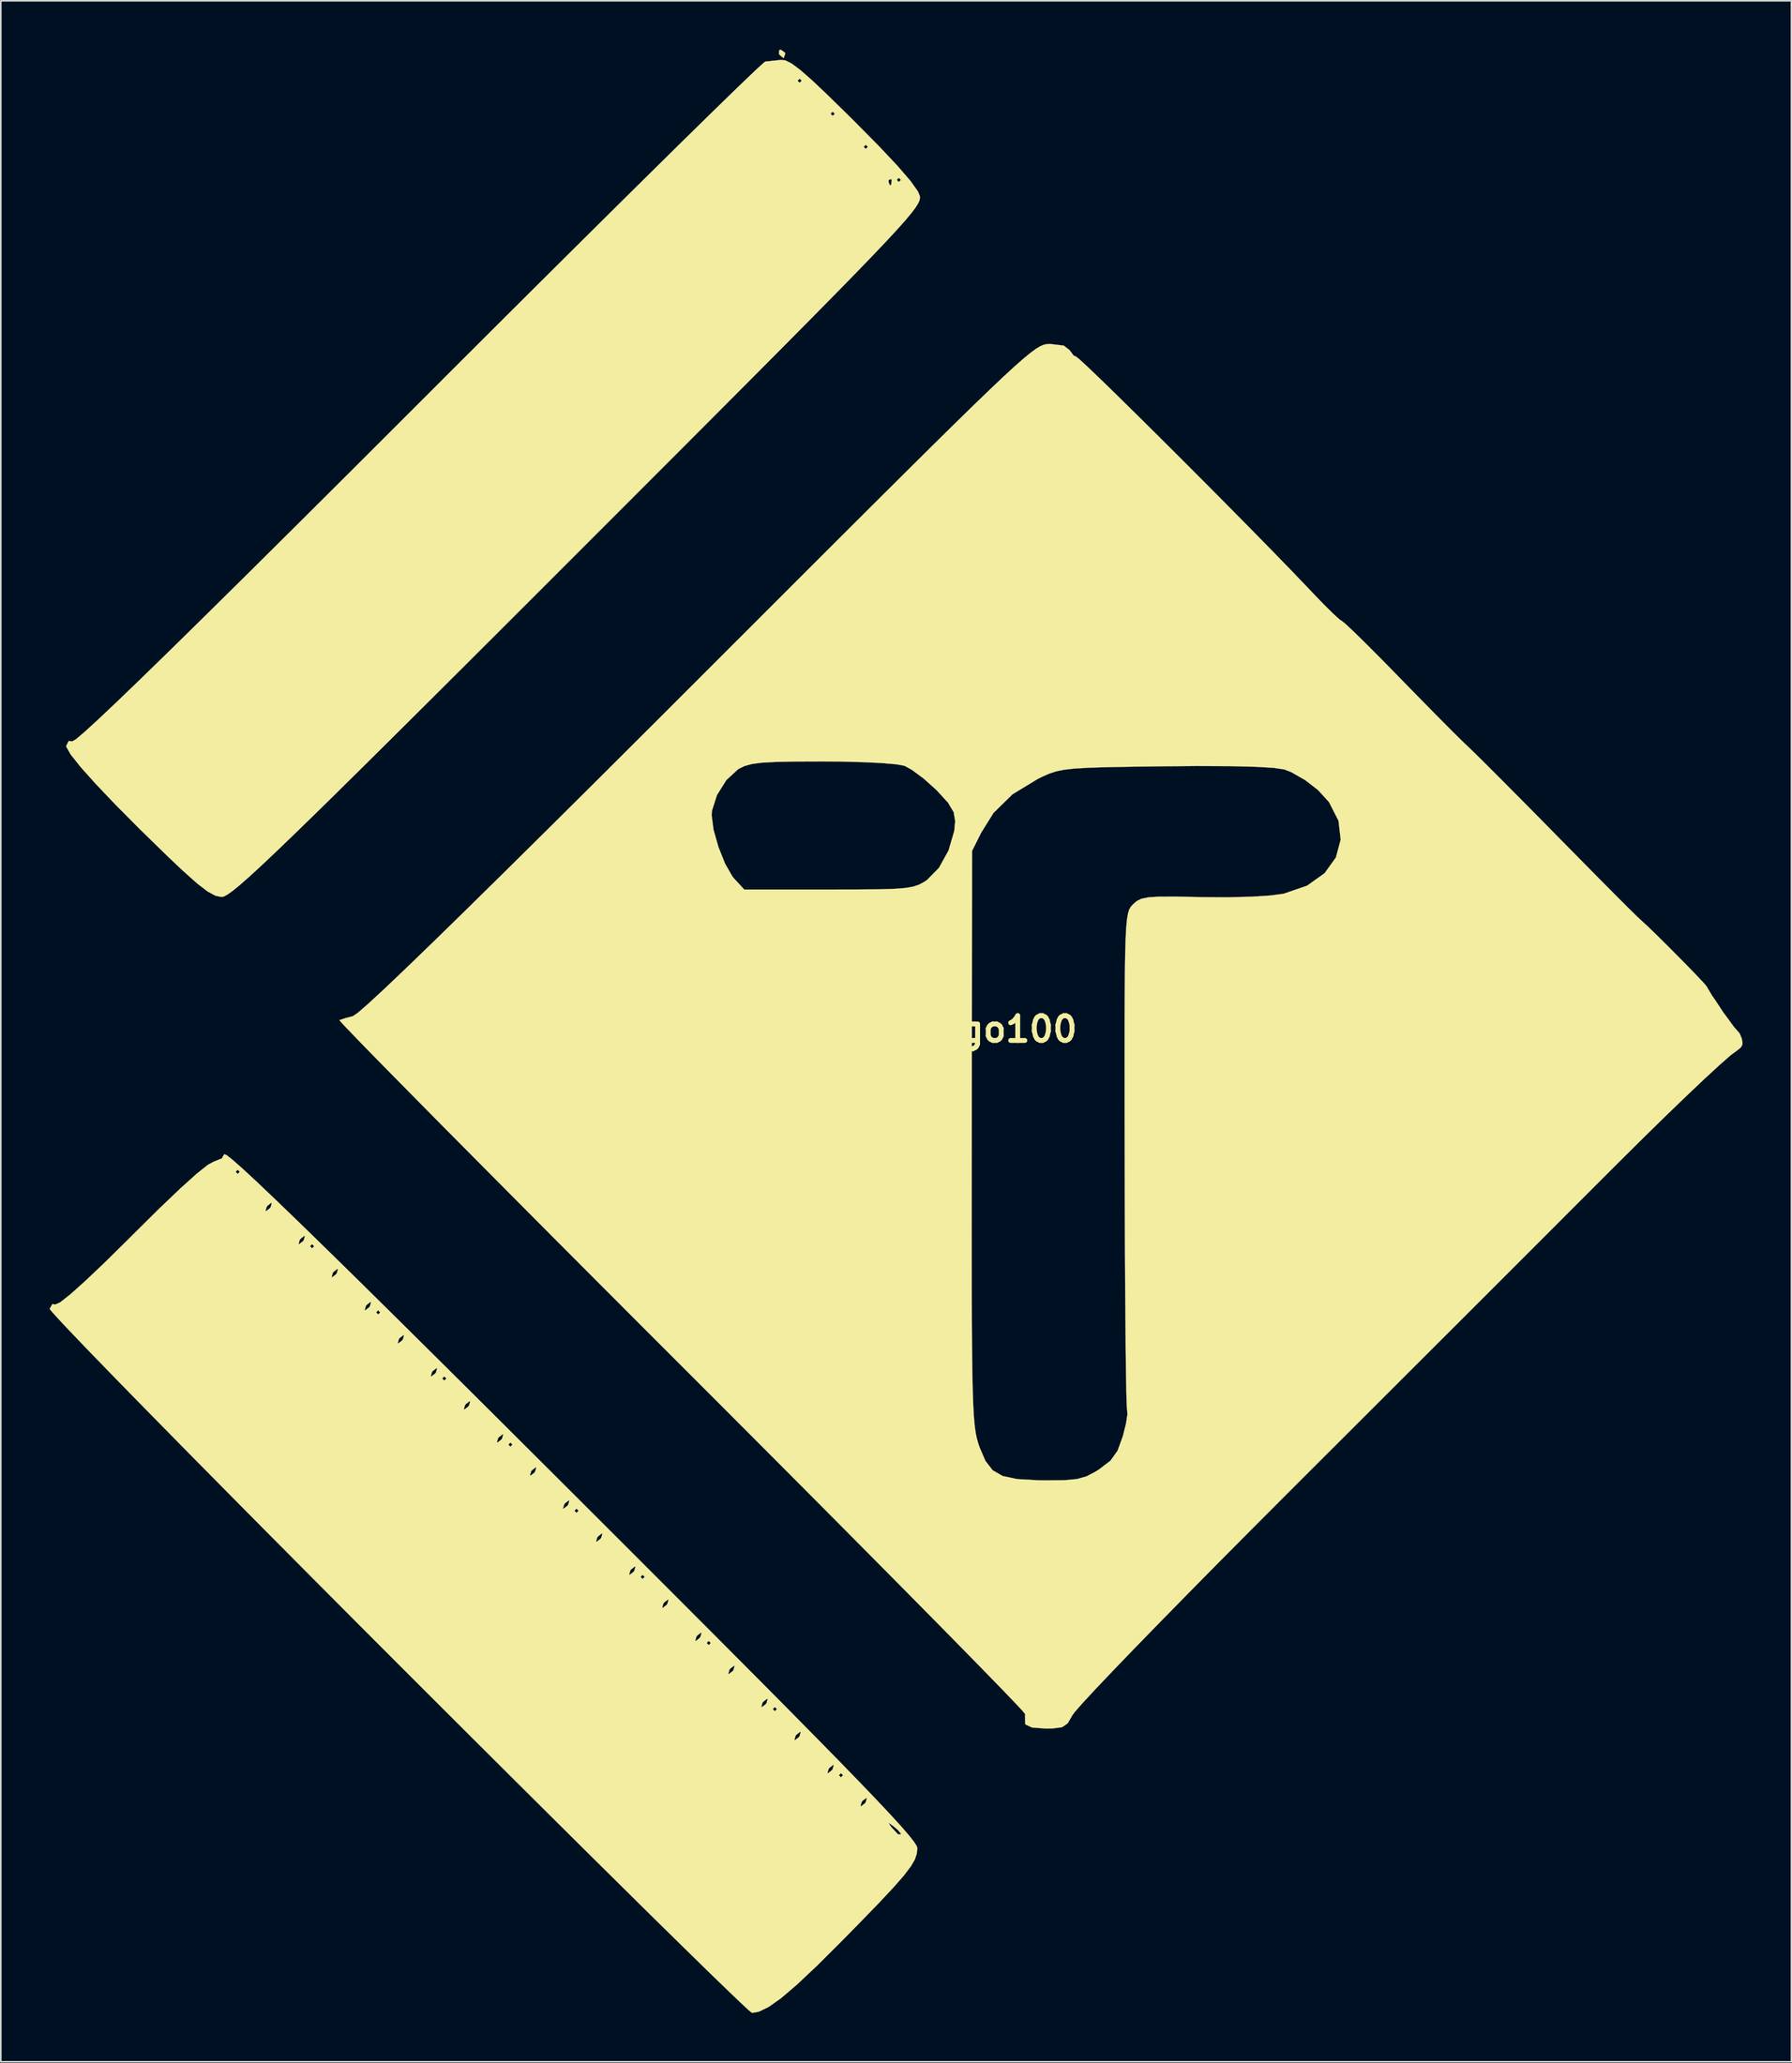
<source format=kicad_pcb>
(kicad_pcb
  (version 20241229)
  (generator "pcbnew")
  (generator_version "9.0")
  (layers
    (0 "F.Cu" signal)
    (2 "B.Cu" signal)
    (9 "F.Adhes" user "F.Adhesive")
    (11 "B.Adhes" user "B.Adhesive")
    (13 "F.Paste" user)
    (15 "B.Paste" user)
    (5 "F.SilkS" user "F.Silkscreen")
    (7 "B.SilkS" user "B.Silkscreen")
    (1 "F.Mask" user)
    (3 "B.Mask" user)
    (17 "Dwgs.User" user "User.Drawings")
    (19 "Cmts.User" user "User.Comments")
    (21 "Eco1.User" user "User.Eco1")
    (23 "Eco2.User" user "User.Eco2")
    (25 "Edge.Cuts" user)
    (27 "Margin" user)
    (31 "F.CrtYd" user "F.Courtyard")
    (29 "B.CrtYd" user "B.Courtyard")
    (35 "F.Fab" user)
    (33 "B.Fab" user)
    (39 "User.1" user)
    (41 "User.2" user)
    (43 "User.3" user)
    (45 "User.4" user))
  (footprint "transtaklogo100"
    (layer "F.Cu")
    (at 53.853 60.203)
    (property "Reference" "transtaklogo100" (at 0 0 0) (layer "F.SilkS") (effects (font (size 1.524 1.524) (thickness 0.3))))
    (attr through_hole)
    (fp_poly (pts (xy -8.646 -60.014) (xy -8.636 -59.944) (xy -8.723 -59.697) (xy -8.748 -59.69) (xy -8.965 -59.868) (xy -9.017 -59.944) (xy -8.997 -60.178) (xy -8.905 -60.198) (xy -8.646 -60.014)) (stroke (width 0.01) (type solid)) (fill yes) (layer "F.SilkS"))
    (fp_poly (pts (xy -8.614 -59.539) (xy -8.244 -59.353) (xy -7.734 -58.975) (xy -7.034 -58.365) (xy -6.096 -57.481) (xy -4.872 -56.284) (xy -4.39 -55.806) (xy -2.869 -54.269) (xy -1.719 -53.047) (xy -0.926 -52.126) (xy -0.476 -51.489) (xy -0.362 -51.221) (xy -0.349 -51.097) (xy -0.375 -50.947) (xy -0.46 -50.754) (xy -0.621 -50.496) (xy -0.878 -50.155) (xy -1.25 -49.71) (xy -1.756 -49.142) (xy -2.414 -48.432) (xy -3.244 -47.558) (xy -4.264 -46.502) (xy -5.493 -45.245) (xy -6.951 -43.765) (xy -8.655 -42.044) (xy -10.626 -40.062) (xy -12.882 -37.798) (xy -15.441 -35.234) (xy -18.324 -32.35) (xy -21.371 -29.302) (xy -24.625 -26.049) (xy -27.539 -23.139) (xy -30.133 -20.553) (xy -32.426 -18.273) (xy -34.436 -16.28) (xy -36.182 -14.556) (xy -37.683 -13.084) (xy -38.959 -11.844) (xy -40.027 -10.819) (xy -40.906 -9.991) (xy -41.616 -9.341) (xy -42.175 -8.851) (xy -42.602 -8.503) (xy -42.916 -8.279) (xy -43.136 -8.16) (xy -43.271 -8.128) (xy -43.655 -8.204) (xy -44.136 -8.463) (xy -44.779 -8.956) (xy -45.65 -9.731) (xy -46.573 -10.604) (xy -48.305 -12.293) (xy -49.796 -13.794) (xy -51.02 -15.08) (xy -51.951 -16.12) (xy -52.56 -16.887) (xy -52.823 -17.352) (xy -52.832 -17.409) (xy -52.682 -17.712) (xy -52.455 -17.69) (xy -52.229 -17.825) (xy -51.688 -18.285) (xy -50.827 -19.073) (xy -49.641 -20.195) (xy -48.129 -21.652) (xy -46.285 -23.449) (xy -44.105 -25.591) (xy -41.587 -28.079) (xy -38.725 -30.919) (xy -35.517 -34.114) (xy -31.959 -37.667) (xy -31.135 -38.49) (xy -28.42 -41.204) (xy -25.801 -43.816) (xy -23.301 -46.304) (xy -20.944 -48.645) (xy -18.752 -50.817) (xy -17.485 -52.07) (xy -2.286 -52.07) (xy -2.193 -51.861) (xy -2.117 -51.901) (xy -2.087 -52.197) (xy -1.778 -52.197) (xy -1.651 -52.07) (xy -1.524 -52.197) (xy -1.651 -52.324) (xy -1.778 -52.197) (xy -2.087 -52.197) (xy -2.086 -52.202) (xy -2.117 -52.239) (xy -2.268 -52.204) (xy -2.286 -52.07) (xy -17.485 -52.07) (xy -16.748 -52.798) (xy -15.296 -54.229) (xy -3.81 -54.229) (xy -3.683 -54.102) (xy -3.556 -54.229) (xy -3.683 -54.356) (xy -3.81 -54.229) (xy -15.296 -54.229) (xy -14.954 -54.566) (xy -13.393 -56.097) (xy -13.225 -56.261) (xy -5.842 -56.261) (xy -5.715 -56.134) (xy -5.588 -56.261) (xy -5.715 -56.388) (xy -5.842 -56.261) (xy -13.225 -56.261) (xy -12.088 -57.37) (xy -11.133 -58.293) (xy -7.874 -58.293) (xy -7.747 -58.166) (xy -7.62 -58.293) (xy -7.747 -58.42) (xy -7.874 -58.293) (xy -11.133 -58.293) (xy -11.061 -58.362) (xy -10.335 -59.052) (xy -9.933 -59.415) (xy -9.859 -59.468) (xy -9.354 -59.522) (xy -8.89 -59.573) (xy -8.614 -59.539)) (stroke (width 0.01) (type solid)) (fill yes) (layer "F.SilkS"))
    (fp_poly (pts (xy 8.49 -42.014) (xy 8.849 -41.732) (xy 9.101 -41.396) (xy 9.227 -41.351) (xy 9.448 -41.177) (xy 9.98 -40.686) (xy 10.777 -39.923) (xy 11.794 -38.932) (xy 12.986 -37.759) (xy 14.308 -36.449) (xy 15.715 -35.047) (xy 17.161 -33.599) (xy 18.601 -32.148) (xy 19.99 -30.741) (xy 21.283 -29.423) (xy 22.435 -28.238) (xy 23.4 -27.231) (xy 23.716 -26.897) (xy 24.455 -26.128) (xy 25.068 -25.522) (xy 25.47 -25.161) (xy 25.577 -25.095) (xy 25.797 -24.921) (xy 26.313 -24.437) (xy 27.066 -23.699) (xy 27.999 -22.764) (xy 29.055 -21.686) (xy 29.136 -21.603) (xy 30.258 -20.453) (xy 31.316 -19.378) (xy 32.236 -18.451) (xy 32.946 -17.746) (xy 33.361 -17.348) (xy 33.763 -16.962) (xy 34.463 -16.27) (xy 35.402 -15.331) (xy 36.524 -14.202) (xy 37.77 -12.942) (xy 38.903 -11.791) (xy 40.177 -10.496) (xy 41.348 -9.311) (xy 42.363 -8.289) (xy 43.172 -7.48) (xy 43.724 -6.936) (xy 43.963 -6.711) (xy 44.341 -6.367) (xy 44.962 -5.766) (xy 45.722 -5.014) (xy 46.513 -4.216) (xy 47.231 -3.48) (xy 47.77 -2.911) (xy 47.993 -2.657) (xy 48.35 -2.055) (xy 48.526 -1.806) (xy 49.047 -1.016) (xy 49.276 -0.711) (xy 49.682 -0.152) (xy 50.038 0.254) (xy 50.165 0.559) (xy 50.216 0.838) (xy 50.19 0.991) (xy 50.089 1.143) (xy 49.836 1.338) (xy 49.487 1.597) (xy 48.827 2.174) (xy 47.899 3.029) (xy 46.749 4.119) (xy 45.42 5.4) (xy 43.959 6.832) (xy 42.408 8.371) (xy 42.279 8.5) (xy 40.978 9.801) (xy 39.867 10.913) (xy 38.912 11.869) (xy 38.079 12.702) (xy 37.335 13.446) (xy 36.646 14.135) (xy 35.98 14.801) (xy 35.303 15.478) (xy 34.581 16.2) (xy 33.781 16.999) (xy 32.869 17.91) (xy 31.812 18.966) (xy 30.577 20.199) (xy 29.13 21.644) (xy 27.438 23.335) (xy 25.467 25.303) (xy 23.184 27.583) (xy 22.138 28.629) (xy 20.019 30.751) (xy 17.999 32.785) (xy 16.109 34.701) (xy 14.379 36.466) (xy 12.837 38.05) (xy 11.515 39.423) (xy 10.441 40.553) (xy 9.647 41.41) (xy 9.163 41.962) (xy 9.022 42.154) (xy 8.734 42.652) (xy 8.388 42.895) (xy 7.801 42.972) (xy 7.385 42.977) (xy 6.536 42.913) (xy 6.141 42.728) (xy 6.117 42.659) (xy 6.108 42.157) (xy 6.114 42.084) (xy 5.942 41.874) (xy 5.431 41.329) (xy 4.605 40.47) (xy 3.486 39.32) (xy 2.096 37.901) (xy 0.457 36.235) (xy -1.409 34.346) (xy -3.48 32.256) (xy -5.733 29.986) (xy -8.147 27.561) (xy -10.699 25.001) (xy -13.366 22.33) (xy -15.023 20.673) (xy -17.747 17.949) (xy -20.366 15.326) (xy -22.625 13.06) (xy 2.83 13.06) (xy 2.832 15.585) (xy 2.839 17.716) (xy 2.85 19.492) (xy 2.867 20.95) (xy 2.891 22.128) (xy 2.923 23.065) (xy 2.964 23.799) (xy 3.015 24.368) (xy 3.076 24.809) (xy 3.15 25.161) (xy 3.236 25.462) (xy 3.319 25.704) (xy 3.678 26.534) (xy 4.118 27.103) (xy 4.736 27.458) (xy 5.63 27.647) (xy 6.899 27.719) (xy 7.429 27.725) (xy 8.542 27.714) (xy 9.308 27.643) (xy 9.888 27.478) (xy 10.445 27.186) (xy 10.666 27.046) (xy 11.363 26.512) (xy 11.797 25.904) (xy 12.123 25.006) (xy 12.124 25.006) (xy 12.319 24.225) (xy 12.405 23.644) (xy 12.387 23.446) (xy 12.363 23.161) (xy 12.34 22.413) (xy 12.318 21.246) (xy 12.298 19.706) (xy 12.28 17.837) (xy 12.264 15.684) (xy 12.251 13.291) (xy 12.241 10.704) (xy 12.235 8.047) (xy 12.23 4.892) (xy 12.228 2.205) (xy 12.229 -0.052) (xy 12.235 -1.919) (xy 12.247 -3.434) (xy 12.266 -4.639) (xy 12.293 -5.57) (xy 12.331 -6.269) (xy 12.379 -6.773) (xy 12.44 -7.123) (xy 12.514 -7.358) (xy 12.603 -7.516) (xy 12.708 -7.638) (xy 12.744 -7.674) (xy 12.984 -7.882) (xy 13.275 -8.024) (xy 13.707 -8.109) (xy 14.367 -8.149) (xy 15.346 -8.15) (xy 16.732 -8.125) (xy 16.937 -8.12) (xy 18.551 -8.108) (xy 20.029 -8.145) (xy 21.243 -8.224) (xy 22.011 -8.329) (xy 23.446 -8.822) (xy 24.523 -9.589) (xy 25.22 -10.557) (xy 25.513 -11.655) (xy 25.378 -12.814) (xy 24.793 -13.961) (xy 24.12 -14.701) (xy 23.322 -15.315) (xy 22.474 -15.8) (xy 22.051 -15.964) (xy 21.406 -16.062) (xy 20.278 -16.13) (xy 18.692 -16.169) (xy 16.672 -16.177) (xy 14.685 -16.161) (xy 12.721 -16.134) (xy 11.194 -16.107) (xy 10.031 -16.072) (xy 9.162 -16.021) (xy 8.515 -15.949) (xy 8.018 -15.848) (xy 7.601 -15.71) (xy 7.19 -15.529) (xy 6.904 -15.39) (xy 5.341 -14.442) (xy 4.176 -13.3) (xy 3.415 -12.084) (xy 2.851 -10.956) (xy 2.834 6.676) (xy 2.831 10.103) (xy 2.83 13.06) (xy -22.625 13.06) (xy -22.859 12.825) (xy -25.204 10.469) (xy -27.379 8.281) (xy -29.361 6.282) (xy -31.129 4.495) (xy -32.66 2.942) (xy -33.934 1.645) (xy -34.927 0.626) (xy -35.617 -0.092) (xy -35.984 -0.487) (xy -36.039 -0.56) (xy -35.704 -0.673) (xy -35.205 -0.805) (xy -34.905 -1.011) (xy -34.264 -1.569) (xy -33.278 -2.479) (xy -31.948 -3.744) (xy -30.271 -5.364) (xy -28.247 -7.341) (xy -25.874 -9.676) (xy -23.151 -12.369) (xy -22.357 -13.158) (xy -13.157 -13.158) (xy -13.041 -12.265) (xy -12.74 -11.202) (xy -12.33 -10.176) (xy -11.882 -9.392) (xy -11.762 -9.246) (xy -11.149 -8.585) (xy -5.968 -8.585) (xy -4.213 -8.588) (xy -2.89 -8.6) (xy -1.922 -8.629) (xy -1.233 -8.683) (xy -0.747 -8.769) (xy -0.388 -8.894) (xy -0.078 -9.065) (xy 0.072 -9.164) (xy 0.815 -9.916) (xy 1.407 -10.985) (xy 1.758 -12.185) (xy 1.815 -12.786) (xy 1.723 -13.339) (xy 1.375 -13.925) (xy 0.694 -14.669) (xy 0.622 -14.74) (xy -0.12 -15.402) (xy -0.836 -15.935) (xy -1.299 -16.191) (xy -1.796 -16.283) (xy -2.705 -16.36) (xy -3.929 -16.418) (xy -5.372 -16.452) (xy -6.379 -16.458) (xy -8.009 -16.452) (xy -9.216 -16.428) (xy -10.082 -16.38) (xy -10.693 -16.299) (xy -11.131 -16.177) (xy -11.482 -16.007) (xy -11.527 -15.98) (xy -12.25 -15.316) (xy -12.83 -14.389) (xy -13.138 -13.424) (xy -13.157 -13.158) (xy -22.357 -13.158) (xy -20.077 -15.423) (xy -16.65 -18.839) (xy -13.946 -21.541) (xy -10.792 -24.694) (xy -7.978 -27.507) (xy -5.482 -30) (xy -3.284 -32.191) (xy -1.364 -34.101) (xy 0.299 -35.749) (xy 1.724 -37.154) (xy 2.933 -38.335) (xy 3.946 -39.312) (xy 4.782 -40.104) (xy 5.463 -40.73) (xy 6.009 -41.211) (xy 6.439 -41.565) (xy 6.776 -41.812) (xy 7.037 -41.97) (xy 7.245 -42.06) (xy 7.42 -42.101) (xy 7.581 -42.113) (xy 7.665 -42.113) (xy 8.49 -42.014)) (stroke (width 0.01) (type solid)) (fill yes) (layer "F.SilkS"))
    (fp_poly (pts (xy -42.982 7.729) (xy -42.605 8.025) (xy -41.974 8.582) (xy -41.082 9.409) (xy -39.917 10.517) (xy -38.469 11.914) (xy -36.729 13.611) (xy -34.686 15.616) (xy -32.332 17.941) (xy -29.654 20.595) (xy -26.645 23.586) (xy -23.293 26.926) (xy -21.767 28.448) (xy -18.458 31.753) (xy -15.492 34.719) (xy -12.854 37.362) (xy -10.525 39.701) (xy -8.49 41.752) (xy -6.731 43.535) (xy -5.231 45.065) (xy -3.973 46.36) (xy -2.94 47.439) (xy -2.115 48.318) (xy -1.481 49.016) (xy -1.021 49.549) (xy -0.718 49.935) (xy -0.554 50.191) (xy -0.512 50.321) (xy -0.542 50.659) (xy -0.663 51.021) (xy -0.915 51.454) (xy -1.338 52.008) (xy -1.971 52.733) (xy -2.855 53.677) (xy -4.03 54.889) (xy -5.192 56.07) (xy -6.699 57.571) (xy -7.917 58.718) (xy -8.889 59.547) (xy -9.655 60.089) (xy -10.258 60.379) (xy -10.674 60.452) (xy -10.89 60.276) (xy -11.442 59.762) (xy -12.308 58.932) (xy -13.466 57.809) (xy -14.892 56.414) (xy -16.566 54.77) (xy -18.463 52.898) (xy -20.563 50.821) (xy -22.63 48.77) (xy -2.269 48.77) (xy -2.206 48.901) (xy -2.064 49.086) (xy -1.694 49.48) (xy -1.528 49.479) (xy -1.524 49.434) (xy -1.698 49.222) (xy -1.968 48.99) (xy -2.269 48.77) (xy -22.63 48.77) (xy -22.842 48.56) (xy -23.672 47.735) (xy -4.002 47.735) (xy -3.967 47.752) (xy -3.735 47.573) (xy -3.683 47.498) (xy -3.618 47.261) (xy -3.653 47.244) (xy -3.885 47.423) (xy -3.937 47.498) (xy -4.002 47.735) (xy -23.672 47.735) (xy -25.278 46.139) (xy -25.571 45.847) (xy -5.334 45.847) (xy -5.207 45.974) (xy -5.08 45.847) (xy -5.207 45.72) (xy -5.334 45.847) (xy -25.571 45.847) (xy -25.715 45.703) (xy -6.034 45.703) (xy -5.999 45.72) (xy -5.767 45.541) (xy -5.715 45.466) (xy -5.65 45.229) (xy -5.685 45.212) (xy -5.917 45.391) (xy -5.969 45.466) (xy -6.034 45.703) (xy -25.715 45.703) (xy -27.755 43.671) (xy -8.066 43.671) (xy -8.031 43.688) (xy -7.799 43.509) (xy -7.747 43.434) (xy -7.682 43.197) (xy -7.717 43.18) (xy -7.949 43.359) (xy -8.001 43.434) (xy -8.066 43.671) (xy -27.755 43.671) (xy -27.849 43.578) (xy -29.647 41.783) (xy -9.398 41.783) (xy -9.271 41.91) (xy -9.144 41.783) (xy -9.271 41.656) (xy -9.398 41.783) (xy -29.647 41.783) (xy -29.791 41.639) (xy -10.098 41.639) (xy -10.063 41.656) (xy -9.831 41.477) (xy -9.779 41.402) (xy -9.714 41.165) (xy -9.749 41.148) (xy -9.981 41.327) (xy -10.033 41.402) (xy -10.098 41.639) (xy -29.791 41.639) (xy -30.532 40.9) (xy -31.825 39.607) (xy -12.13 39.607) (xy -12.095 39.624) (xy -11.863 39.445) (xy -11.811 39.37) (xy -11.746 39.133) (xy -11.781 39.116) (xy -12.013 39.295) (xy -12.065 39.37) (xy -12.13 39.607) (xy -31.825 39.607) (xy -32.416 39.017) (xy -33.712 37.719) (xy -13.462 37.719) (xy -13.335 37.846) (xy -13.208 37.719) (xy -13.335 37.592) (xy -13.462 37.719) (xy -33.712 37.719) (xy -33.856 37.575) (xy -14.162 37.575) (xy -14.127 37.592) (xy -13.895 37.413) (xy -13.843 37.338) (xy -13.778 37.101) (xy -13.813 37.084) (xy -14.045 37.263) (xy -14.097 37.338) (xy -14.162 37.575) (xy -33.856 37.575) (xy -35.162 36.268) (xy -35.883 35.543) (xy -16.194 35.543) (xy -16.159 35.56) (xy -15.927 35.381) (xy -15.875 35.306) (xy -15.81 35.069) (xy -15.845 35.052) (xy -16.077 35.231) (xy -16.129 35.306) (xy -16.194 35.543) (xy -35.883 35.543) (xy -37.765 33.655) (xy -17.526 33.655) (xy -17.399 33.782) (xy -17.272 33.655) (xy -17.399 33.528) (xy -17.526 33.655) (xy -37.765 33.655) (xy -37.805 33.615) (xy -37.907 33.511) (xy -18.226 33.511) (xy -18.191 33.528) (xy -17.959 33.349) (xy -17.907 33.274) (xy -17.842 33.037) (xy -17.877 33.02) (xy -18.109 33.199) (xy -18.161 33.274) (xy -18.226 33.511) (xy -37.907 33.511) (xy -39.927 31.479) (xy -20.258 31.479) (xy -20.223 31.496) (xy -19.991 31.317) (xy -19.939 31.242) (xy -19.874 31.005) (xy -19.909 30.988) (xy -20.141 31.167) (xy -20.193 31.242) (xy -20.258 31.479) (xy -39.927 31.479) (xy -40.324 31.08) (xy -41.799 29.591) (xy -21.59 29.591) (xy -21.463 29.718) (xy -21.336 29.591) (xy -21.463 29.464) (xy -21.59 29.591) (xy -41.799 29.591) (xy -41.941 29.447) (xy -22.29 29.447) (xy -22.255 29.464) (xy -22.023 29.285) (xy -21.971 29.21) (xy -21.906 28.973) (xy -21.941 28.956) (xy -22.173 29.135) (xy -22.225 29.21) (xy -22.29 29.447) (xy -41.941 29.447) (xy -42.697 28.685) (xy -43.952 27.415) (xy -24.322 27.415) (xy -24.287 27.432) (xy -24.055 27.253) (xy -24.003 27.178) (xy -23.938 26.941) (xy -23.973 26.924) (xy -24.205 27.103) (xy -24.257 27.178) (xy -24.322 27.415) (xy -43.952 27.415) (xy -44.901 26.454) (xy -45.815 25.527) (xy -25.654 25.527) (xy -25.527 25.654) (xy -25.4 25.527) (xy -25.527 25.4) (xy -25.654 25.527) (xy -45.815 25.527) (xy -45.956 25.383) (xy -26.354 25.383) (xy -26.319 25.4) (xy -26.087 25.221) (xy -26.035 25.146) (xy -25.97 24.909) (xy -26.005 24.892) (xy -26.237 25.071) (xy -26.289 25.146) (xy -26.354 25.383) (xy -45.956 25.383) (xy -46.915 24.409) (xy -47.953 23.351) (xy -28.386 23.351) (xy -28.351 23.368) (xy -28.119 23.189) (xy -28.067 23.114) (xy -28.002 22.877) (xy -28.037 22.86) (xy -28.269 23.039) (xy -28.321 23.114) (xy -28.386 23.351) (xy -47.953 23.351) (xy -48.717 22.572) (xy -49.799 21.463) (xy -29.718 21.463) (xy -29.591 21.59) (xy -29.464 21.463) (xy -29.591 21.336) (xy -29.718 21.463) (xy -49.799 21.463) (xy -49.939 21.319) (xy -30.418 21.319) (xy -30.383 21.336) (xy -30.151 21.157) (xy -30.099 21.082) (xy -30.034 20.845) (xy -30.069 20.828) (xy -30.301 21.007) (xy -30.353 21.082) (xy -30.418 21.319) (xy -49.939 21.319) (xy -50.284 20.966) (xy -51.595 19.613) (xy -51.906 19.287) (xy -32.45 19.287) (xy -32.415 19.304) (xy -32.183 19.125) (xy -32.131 19.05) (xy -32.066 18.813) (xy -32.101 18.796) (xy -32.333 18.975) (xy -32.385 19.05) (xy -32.45 19.287) (xy -51.906 19.287) (xy -52.627 18.535) (xy -53.358 17.756) (xy -53.676 17.399) (xy -33.782 17.399) (xy -33.655 17.526) (xy -33.528 17.399) (xy -33.655 17.272) (xy -33.782 17.399) (xy -53.676 17.399) (xy -53.766 17.298) (xy -53.796 17.255) (xy -34.482 17.255) (xy -34.447 17.272) (xy -34.215 17.093) (xy -34.163 17.018) (xy -34.098 16.781) (xy -34.133 16.764) (xy -34.365 16.943) (xy -34.417 17.018) (xy -34.482 17.255) (xy -53.796 17.255) (xy -53.848 17.181) (xy -53.687 16.898) (xy -53.494 16.916) (xy -53.2 16.781) (xy -52.585 16.297) (xy -51.675 15.484) (xy -51.4 15.223) (xy -36.514 15.223) (xy -36.479 15.24) (xy -36.247 15.061) (xy -36.195 14.986) (xy -36.13 14.749) (xy -36.165 14.732) (xy -36.397 14.911) (xy -36.449 14.986) (xy -36.514 15.223) (xy -51.4 15.223) (xy -50.496 14.366) (xy -49.448 13.335) (xy -37.846 13.335) (xy -37.719 13.462) (xy -37.592 13.335) (xy -37.719 13.208) (xy -37.846 13.335) (xy -49.448 13.335) (xy -49.302 13.191) (xy -38.546 13.191) (xy -38.511 13.208) (xy -38.279 13.029) (xy -38.227 12.954) (xy -38.162 12.717) (xy -38.197 12.7) (xy -38.429 12.879) (xy -38.481 12.954) (xy -38.546 13.191) (xy -49.302 13.191) (xy -49.072 12.965) (xy -48.697 12.59) (xy -47.253 11.159) (xy -40.578 11.159) (xy -40.543 11.176) (xy -40.311 10.997) (xy -40.259 10.922) (xy -40.194 10.685) (xy -40.229 10.668) (xy -40.461 10.847) (xy -40.513 10.922) (xy -40.578 11.159) (xy -47.253 11.159) (xy -47.126 11.034) (xy -45.829 9.796) (xy -44.821 8.888) (xy -44.665 8.763) (xy -42.418 8.763) (xy -42.291 8.89) (xy -42.164 8.763) (xy -42.291 8.636) (xy -42.418 8.763) (xy -44.665 8.763) (xy -44.12 8.328) (xy -43.743 8.128) (xy -43.735 8.128) (xy -43.27 7.94) (xy -43.118 7.684) (xy -42.982 7.729)) (stroke (width 0.01) (type solid)) (fill yes) (layer "F.SilkS")))
  (gr_rect
    (start -3 -3)
    (end 107.074 123.66)
    (stroke (width 0.1) (type default))
    (fill no)
    (layer "Edge.Cuts")))
</source>
